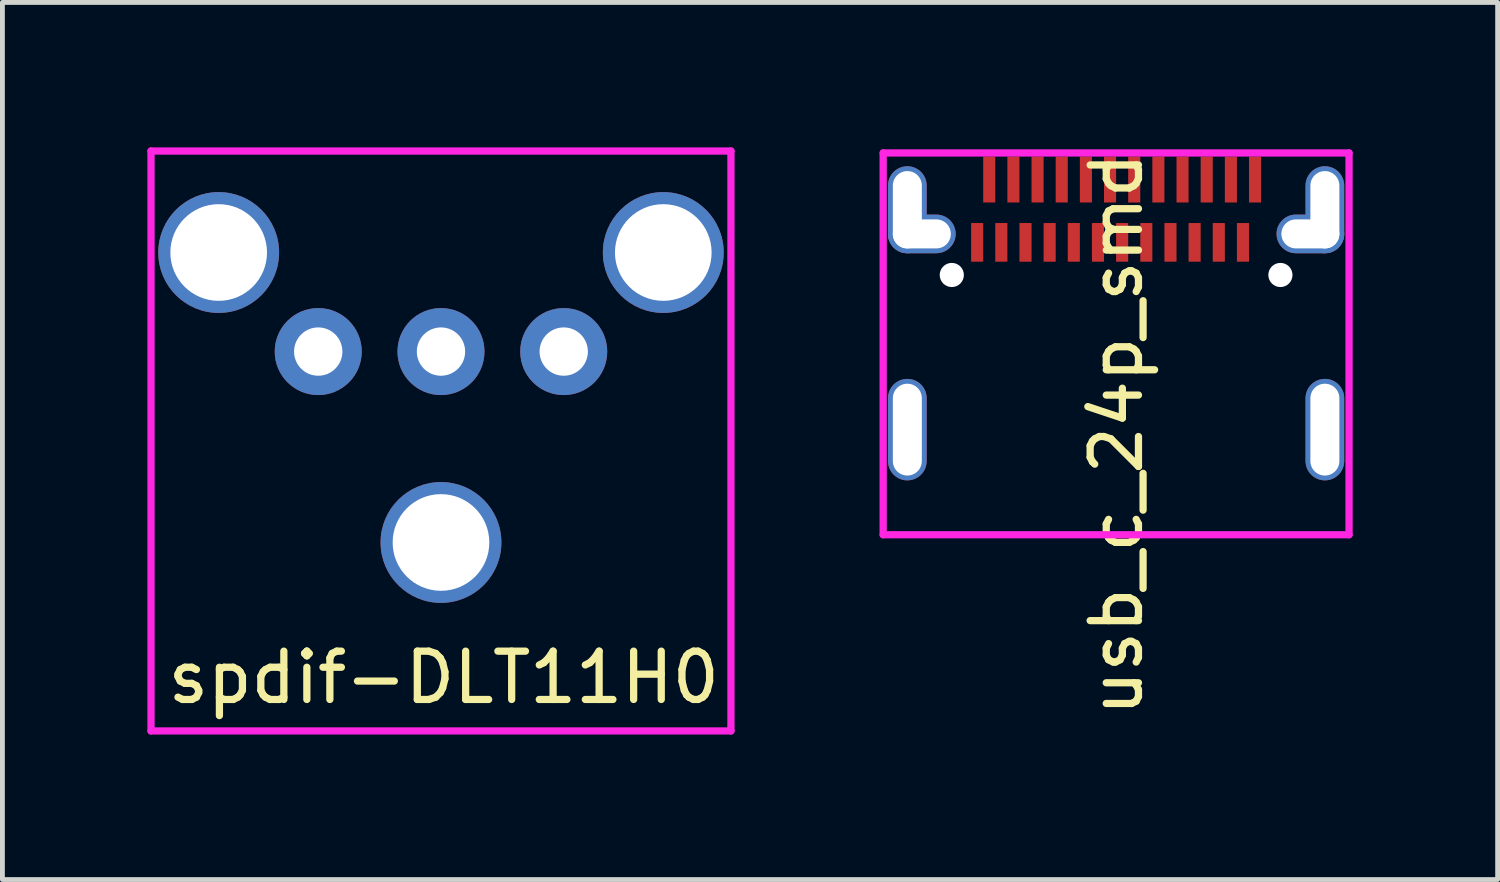
<source format=kicad_pcb>
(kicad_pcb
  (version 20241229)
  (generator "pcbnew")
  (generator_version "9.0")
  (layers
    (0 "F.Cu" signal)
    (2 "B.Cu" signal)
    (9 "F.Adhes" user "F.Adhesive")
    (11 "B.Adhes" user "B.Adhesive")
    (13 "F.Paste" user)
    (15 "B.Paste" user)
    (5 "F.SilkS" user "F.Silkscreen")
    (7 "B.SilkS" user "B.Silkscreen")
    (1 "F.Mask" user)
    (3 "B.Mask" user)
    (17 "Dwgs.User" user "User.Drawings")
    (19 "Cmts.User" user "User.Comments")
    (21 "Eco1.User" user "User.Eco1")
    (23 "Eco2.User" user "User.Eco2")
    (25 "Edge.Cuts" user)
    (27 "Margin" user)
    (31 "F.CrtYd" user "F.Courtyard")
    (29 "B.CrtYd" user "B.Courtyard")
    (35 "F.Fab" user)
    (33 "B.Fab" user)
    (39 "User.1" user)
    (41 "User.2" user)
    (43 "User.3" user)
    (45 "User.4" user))
  (footprint "usb_c_24p_smd"
    (layer "F.Cu")
    (at 20.045 3.565)
    (property "Reference" "usb_c_24p_smd" (at 0.008 2.37 90) (layer "F.SilkS") (effects (font (size 1 1) (thickness 0.15))))
    (attr through_hole)
    (fp_line (start -4.82 -3.45) (end -4.82 4.45) (stroke (width 0.15) (type solid)) (layer "F.CrtYd"))
    (fp_line (start -4.82 -3.45) (end 4.82 -3.45) (stroke (width 0.15) (type solid)) (layer "F.CrtYd"))
    (fp_line (start -4.82 4.45) (end 4.82 4.45) (stroke (width 0.15) (type solid)) (layer "F.CrtYd"))
    (fp_line (start 4.82 -3.45) (end 4.82 4.45) (stroke (width 0.15) (type solid)) (layer "F.CrtYd"))
    (pad "" np_thru_hole circle (at -3.4 -0.925) (size 0.5 0.5) (drill 0.5) (layers "*.Cu" "*.Mask"))
    (pad "" np_thru_hole circle (at 3.4 -0.925) (size 0.5 0.5) (drill 0.5) (layers "*.Cu" "*.Mask"))
    (pad "A1" smd rect (at -2.625 -2.9) (size 0.25 0.95) (layers "F.Cu" "F.Mask" "F.Paste"))
    (pad "A2" smd rect (at -2.125 -2.9) (size 0.25 0.95) (layers "F.Cu" "F.Mask" "F.Paste"))
    (pad "A3" smd rect (at -1.625 -2.9) (size 0.25 0.95) (layers "F.Cu" "F.Mask" "F.Paste"))
    (pad "A4" smd rect (at -1.125 -2.9) (size 0.25 0.95) (layers "F.Cu" "F.Mask" "F.Paste"))
    (pad "A5" smd rect (at -0.625 -2.9) (size 0.25 0.95) (layers "F.Cu" "F.Mask" "F.Paste"))
    (pad "A6" smd rect (at -0.125 -2.9) (size 0.25 0.95) (layers "F.Cu" "F.Mask" "F.Paste"))
    (pad "A7" smd rect (at 0.375 -2.9) (size 0.25 0.95) (layers "F.Cu" "F.Mask" "F.Paste"))
    (pad "A8" smd rect (at 0.875 -2.9) (size 0.25 0.95) (layers "F.Cu" "F.Mask" "F.Paste"))
    (pad "A9" smd rect (at 1.375 -2.9) (size 0.25 0.95) (layers "F.Cu" "F.Mask" "F.Paste"))
    (pad "A10" smd rect (at 1.875 -2.9) (size 0.25 0.95) (layers "F.Cu" "F.Mask" "F.Paste"))
    (pad "A11" smd rect (at 2.375 -2.9) (size 0.25 0.95) (layers "F.Cu" "F.Mask" "F.Paste"))
    (pad "A12" smd rect (at 2.875 -2.9) (size 0.25 0.95) (layers "F.Cu" "F.Mask" "F.Paste"))
    (pad "B1" smd rect (at 2.625 -1.6) (size 0.25 0.8) (layers "F.Cu" "F.Mask" "F.Paste"))
    (pad "B2" smd rect (at 2.125 -1.6) (size 0.25 0.8) (layers "F.Cu" "F.Mask" "F.Paste"))
    (pad "B3" smd rect (at 1.625 -1.6) (size 0.25 0.8) (layers "F.Cu" "F.Mask" "F.Paste"))
    (pad "B4" smd rect (at 1.125 -1.6) (size 0.25 0.8) (layers "F.Cu" "F.Mask" "F.Paste"))
    (pad "B5" smd rect (at 0.625 -1.6) (size 0.25 0.8) (layers "F.Cu" "F.Mask" "F.Paste"))
    (pad "B6" smd rect (at 0.125 -1.6) (size 0.25 0.8) (layers "F.Cu" "F.Mask" "F.Paste"))
    (pad "B7" smd rect (at -0.375 -1.6) (size 0.25 0.8) (layers "F.Cu" "F.Mask" "F.Paste"))
    (pad "B8" smd rect (at -0.875 -1.6) (size 0.25 0.8) (layers "F.Cu" "F.Mask" "F.Paste"))
    (pad "B9" smd rect (at -1.375 -1.6) (size 0.25 0.8) (layers "F.Cu" "F.Mask" "F.Paste"))
    (pad "B10" smd rect (at -1.875 -1.6) (size 0.25 0.8) (layers "F.Cu" "F.Mask" "F.Paste"))
    (pad "B11" smd rect (at -2.375 -1.6) (size 0.25 0.8) (layers "F.Cu" "F.Mask" "F.Paste"))
    (pad "B12" smd rect (at -2.875 -1.6) (size 0.25 0.8) (layers "F.Cu" "F.Mask" "F.Paste"))
    (pad "S1" thru_hole oval (at -4.32 -2.275) (size 0.8 1.8) (drill oval 0.6 1.6) (layers "*.Cu" "*.Mask"))
    (pad "S1" thru_hole oval (at -4.32 2.275) (size 0.8 2.1) (drill oval 0.6 1.9) (layers "*.Cu" "*.Mask"))
    (pad "S1" thru_hole oval (at -4.02 -1.775) (size 1.4 0.8) (drill oval 1.2 0.6) (layers "*.Cu" "*.Mask"))
    (pad "S1" thru_hole oval (at 4.02 -1.775) (size 1.4 0.8) (drill oval 1.2 0.6) (layers "*.Cu" "*.Mask"))
    (pad "S1" thru_hole oval (at 4.32 -2.275) (size 0.8 1.8) (drill oval 0.6 1.6) (layers "*.Cu" "*.Mask"))
    (pad "S1" thru_hole oval (at 4.32 2.275) (size 0.8 2.1) (drill oval 0.6 1.9) (layers "*.Cu" "*.Mask")))
  (footprint "spdif-DLT11H0"
    (layer "F.Cu")
    (at 6.075 4.908)
    (property "Reference" "spdif-DLT11H0" (at 0.058 6.061 0) (layer "F.SilkS") (effects (font (size 1 1) (thickness 0.15))))
    (attr through_hole)
    (fp_line (start -6 -4.833) (end -6 7.167) (stroke (width 0.15) (type solid)) (layer "F.CrtYd"))
    (fp_line (start -6 -4.833) (end 6 -4.833) (stroke (width 0.15) (type solid)) (layer "F.CrtYd"))
    (fp_line (start -6 7.167) (end 6 7.167) (stroke (width 0.15) (type solid)) (layer "F.CrtYd"))
    (fp_line (start 6 -4.833) (end 6 7.167) (stroke (width 0.15) (type solid)) (layer "F.CrtYd"))
    (pad "" np_thru_hole circle (at -4.6 -2.733) (size 2.5 2.5) (drill 2) (layers "*.Cu" "*.Mask"))
    (pad "" np_thru_hole circle (at 0 3.267) (size 2.5 2.5) (drill 2) (layers "*.Cu" "*.Mask"))
    (pad "" np_thru_hole circle (at 4.6 -2.733) (size 2.5 2.5) (drill 2) (layers "*.Cu" "*.Mask"))
    (pad "1" thru_hole circle (at 2.54 -0.683) (size 1.8 1.8) (drill 1) (layers "*.Cu" "*.Mask"))
    (pad "2" thru_hole circle (at 0 -0.683) (size 1.8 1.8) (drill 1) (layers "*.Cu" "*.Mask"))
    (pad "3" thru_hole circle (at -2.54 -0.683) (size 1.8 1.8) (drill 1) (layers "*.Cu" "*.Mask")))
  (gr_rect
    (start -3 -3)
    (end 27.94 15.15)
    (stroke (width 0.1) (type default))
    (fill no)
    (layer "Edge.Cuts")))
</source>
